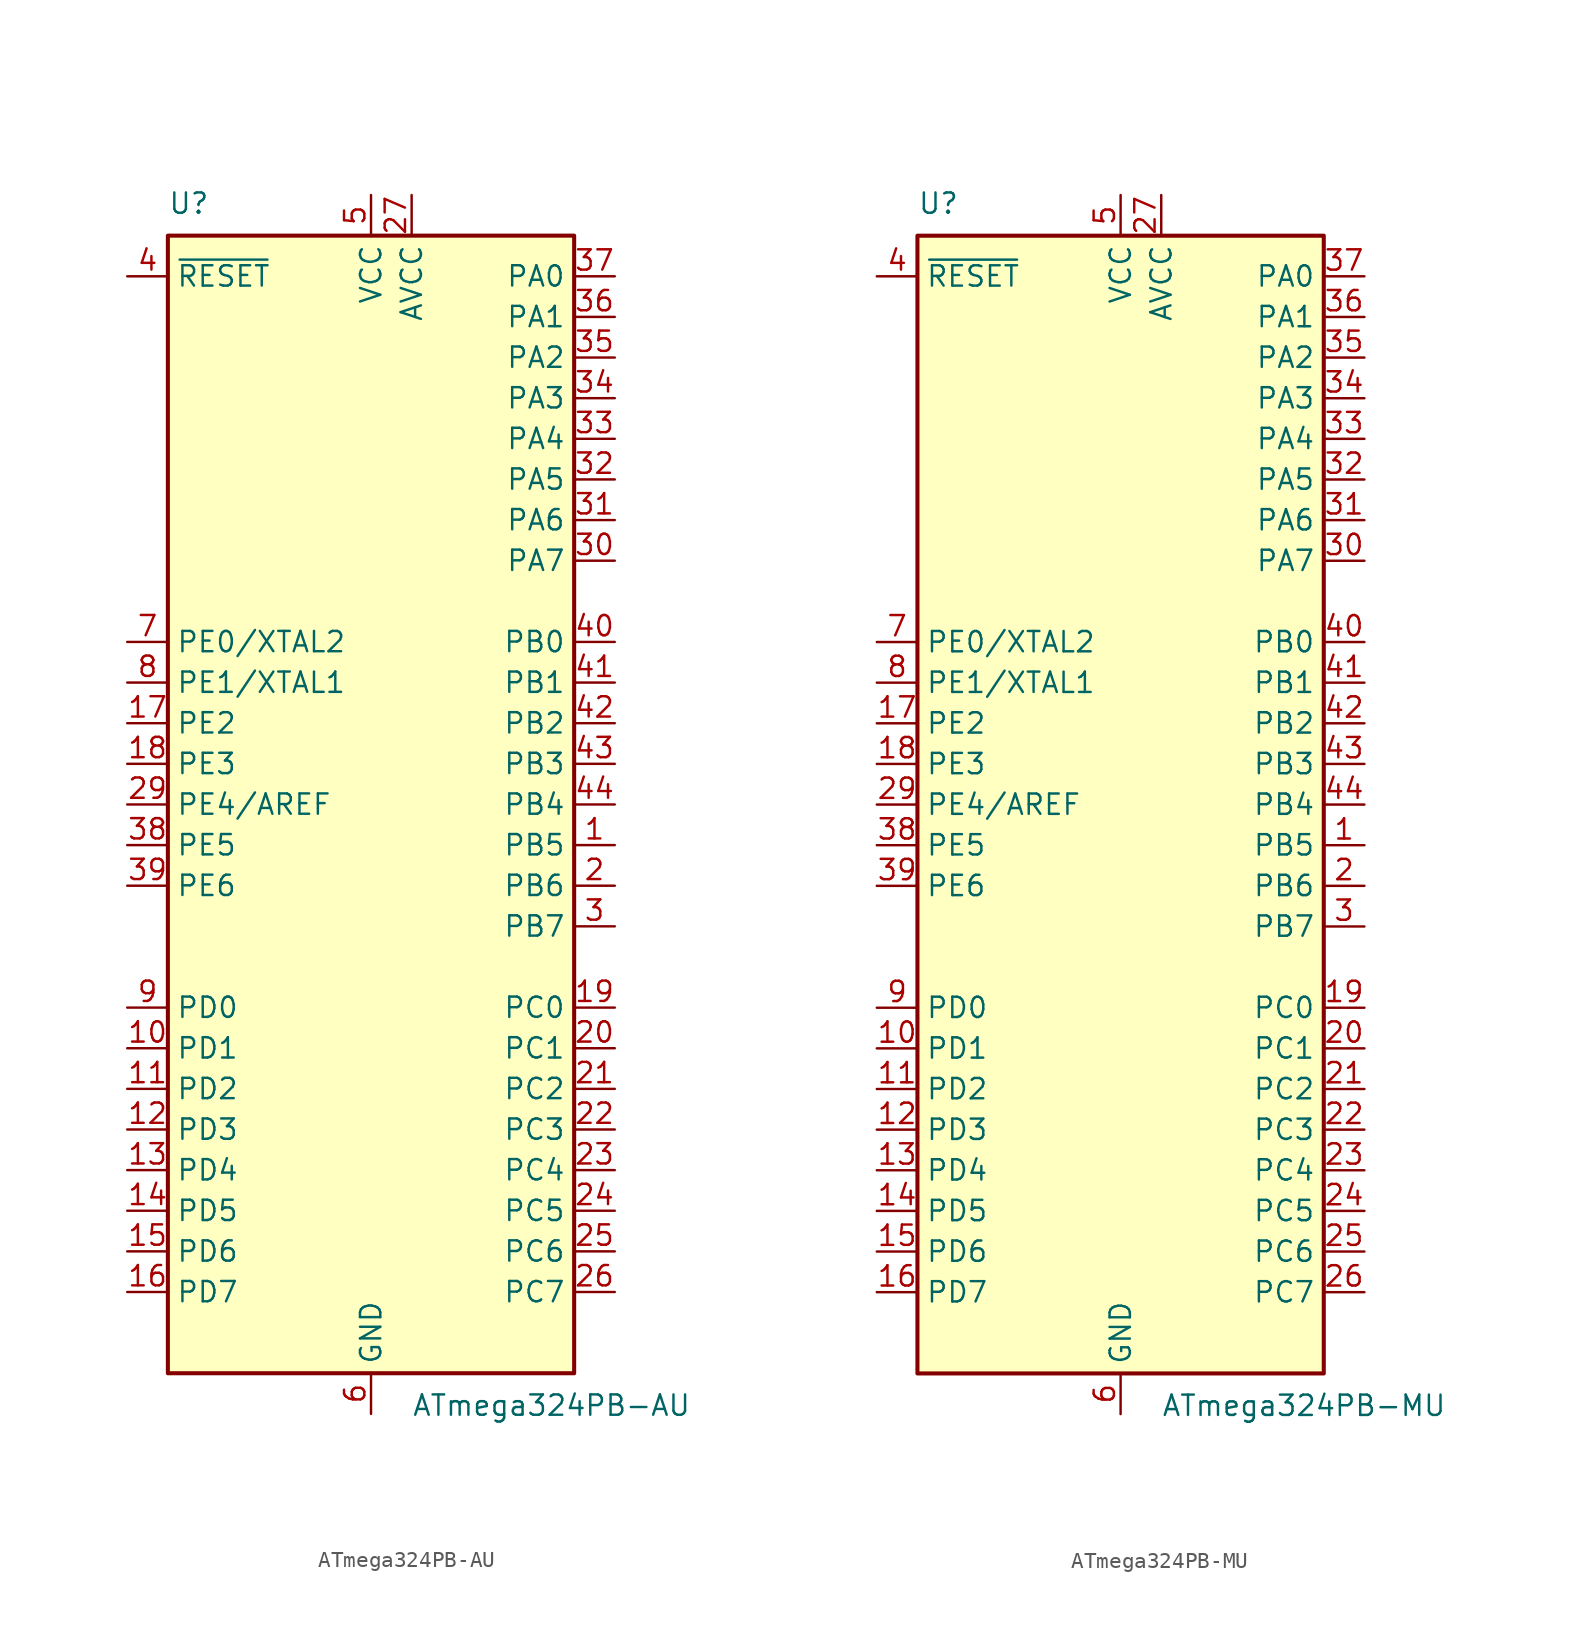
<source format=kicad_sym>
(kicad_symbol_lib
  (version 20211014)
  (generator kicad_symbol_editor)
  (symbol "ATmega324PB-AU"
    (property "Reference" "U"
      (at -12.7 36.83 0)
      (effects (font (size 1.27 1.27)) (justify left bottom)))
    (property "Value" "ATmega324PB-AU"
      (at 2.54 -36.83 0)
      (effects (font (size 1.27 1.27)) (justify left top)))
    (symbol "ATmega324PB-AU_0_1"
      (rectangle (start -12.7 -35.56) (end 12.7 35.56) (stroke (width 0.254) (type default) (color 0 0 0 0)) (fill (type background))))
    (symbol "ATmega324PB-AU_1_1"
      (pin bidirectional line (at 15.24 -2.54 180) (length 2.54) (name "PB5" (effects (font (size 1.27 1.27)))) (number "1" (effects (font (size 1.27 1.27)))))
      (pin bidirectional line (at -15.24 -15.24 0) (length 2.54) (name "PD1" (effects (font (size 1.27 1.27)))) (number "10" (effects (font (size 1.27 1.27)))))
      (pin bidirectional line (at -15.24 -17.78 0) (length 2.54) (name "PD2" (effects (font (size 1.27 1.27)))) (number "11" (effects (font (size 1.27 1.27)))))
      (pin bidirectional line (at -15.24 -20.32 0) (length 2.54) (name "PD3" (effects (font (size 1.27 1.27)))) (number "12" (effects (font (size 1.27 1.27)))))
      (pin bidirectional line (at -15.24 -22.86 0) (length 2.54) (name "PD4" (effects (font (size 1.27 1.27)))) (number "13" (effects (font (size 1.27 1.27)))))
      (pin bidirectional line (at -15.24 -25.4 0) (length 2.54) (name "PD5" (effects (font (size 1.27 1.27)))) (number "14" (effects (font (size 1.27 1.27)))))
      (pin bidirectional line (at -15.24 -27.94 0) (length 2.54) (name "PD6" (effects (font (size 1.27 1.27)))) (number "15" (effects (font (size 1.27 1.27)))))
      (pin bidirectional line (at -15.24 -30.48 0) (length 2.54) (name "PD7" (effects (font (size 1.27 1.27)))) (number "16" (effects (font (size 1.27 1.27)))))
      (pin bidirectional line (at -15.24 5.08 0) (length 2.54) (name "PE2" (effects (font (size 1.27 1.27)))) (number "17" (effects (font (size 1.27 1.27)))))
      (pin bidirectional line (at -15.24 2.54 0) (length 2.54) (name "PE3" (effects (font (size 1.27 1.27)))) (number "18" (effects (font (size 1.27 1.27)))))
      (pin bidirectional line (at 15.24 -12.7 180) (length 2.54) (name "PC0" (effects (font (size 1.27 1.27)))) (number "19" (effects (font (size 1.27 1.27)))))
      (pin bidirectional line (at 15.24 -5.08 180) (length 2.54) (name "PB6" (effects (font (size 1.27 1.27)))) (number "2" (effects (font (size 1.27 1.27)))))
      (pin bidirectional line (at 15.24 -15.24 180) (length 2.54) (name "PC1" (effects (font (size 1.27 1.27)))) (number "20" (effects (font (size 1.27 1.27)))))
      (pin bidirectional line (at 15.24 -17.78 180) (length 2.54) (name "PC2" (effects (font (size 1.27 1.27)))) (number "21" (effects (font (size 1.27 1.27)))))
      (pin bidirectional line (at 15.24 -20.32 180) (length 2.54) (name "PC3" (effects (font (size 1.27 1.27)))) (number "22" (effects (font (size 1.27 1.27)))))
      (pin bidirectional line (at 15.24 -22.86 180) (length 2.54) (name "PC4" (effects (font (size 1.27 1.27)))) (number "23" (effects (font (size 1.27 1.27)))))
      (pin bidirectional line (at 15.24 -25.4 180) (length 2.54) (name "PC5" (effects (font (size 1.27 1.27)))) (number "24" (effects (font (size 1.27 1.27)))))
      (pin bidirectional line (at 15.24 -27.94 180) (length 2.54) (name "PC6" (effects (font (size 1.27 1.27)))) (number "25" (effects (font (size 1.27 1.27)))))
      (pin bidirectional line (at 15.24 -30.48 180) (length 2.54) (name "PC7" (effects (font (size 1.27 1.27)))) (number "26" (effects (font (size 1.27 1.27)))))
      (pin power_in line (at 2.54 38.1 270) (length 2.54) (name "AVCC" (effects (font (size 1.27 1.27)))) (number "27" (effects (font (size 1.27 1.27)))))
      (pin passive line (at 0 -38.1 90) (length 2.54) hide (name "GND" (effects (font (size 1.27 1.27)))) (number "28" (effects (font (size 1.27 1.27)))))
      (pin bidirectional line (at -15.24 0 0) (length 2.54) (name "PE4/AREF" (effects (font (size 1.27 1.27)))) (number "29" (effects (font (size 1.27 1.27)))))
      (pin bidirectional line (at 15.24 -7.62 180) (length 2.54) (name "PB7" (effects (font (size 1.27 1.27)))) (number "3" (effects (font (size 1.27 1.27)))))
      (pin bidirectional line (at 15.24 15.24 180) (length 2.54) (name "PA7" (effects (font (size 1.27 1.27)))) (number "30" (effects (font (size 1.27 1.27)))))
      (pin bidirectional line (at 15.24 17.78 180) (length 2.54) (name "PA6" (effects (font (size 1.27 1.27)))) (number "31" (effects (font (size 1.27 1.27)))))
      (pin bidirectional line (at 15.24 20.32 180) (length 2.54) (name "PA5" (effects (font (size 1.27 1.27)))) (number "32" (effects (font (size 1.27 1.27)))))
      (pin bidirectional line (at 15.24 22.86 180) (length 2.54) (name "PA4" (effects (font (size 1.27 1.27)))) (number "33" (effects (font (size 1.27 1.27)))))
      (pin bidirectional line (at 15.24 25.4 180) (length 2.54) (name "PA3" (effects (font (size 1.27 1.27)))) (number "34" (effects (font (size 1.27 1.27)))))
      (pin bidirectional line (at 15.24 27.94 180) (length 2.54) (name "PA2" (effects (font (size 1.27 1.27)))) (number "35" (effects (font (size 1.27 1.27)))))
      (pin bidirectional line (at 15.24 30.48 180) (length 2.54) (name "PA1" (effects (font (size 1.27 1.27)))) (number "36" (effects (font (size 1.27 1.27)))))
      (pin bidirectional line (at 15.24 33.02 180) (length 2.54) (name "PA0" (effects (font (size 1.27 1.27)))) (number "37" (effects (font (size 1.27 1.27)))))
      (pin bidirectional line (at -15.24 -2.54 0) (length 2.54) (name "PE5" (effects (font (size 1.27 1.27)))) (number "38" (effects (font (size 1.27 1.27)))))
      (pin bidirectional line (at -15.24 -5.08 0) (length 2.54) (name "PE6" (effects (font (size 1.27 1.27)))) (number "39" (effects (font (size 1.27 1.27)))))
      (pin input line (at -15.24 33.02 0) (length 2.54) (name "~{RESET}" (effects (font (size 1.27 1.27)))) (number "4" (effects (font (size 1.27 1.27)))))
      (pin bidirectional line (at 15.24 10.16 180) (length 2.54) (name "PB0" (effects (font (size 1.27 1.27)))) (number "40" (effects (font (size 1.27 1.27)))))
      (pin bidirectional line (at 15.24 7.62 180) (length 2.54) (name "PB1" (effects (font (size 1.27 1.27)))) (number "41" (effects (font (size 1.27 1.27)))))
      (pin bidirectional line (at 15.24 5.08 180) (length 2.54) (name "PB2" (effects (font (size 1.27 1.27)))) (number "42" (effects (font (size 1.27 1.27)))))
      (pin bidirectional line (at 15.24 2.54 180) (length 2.54) (name "PB3" (effects (font (size 1.27 1.27)))) (number "43" (effects (font (size 1.27 1.27)))))
      (pin bidirectional line (at 15.24 0 180) (length 2.54) (name "PB4" (effects (font (size 1.27 1.27)))) (number "44" (effects (font (size 1.27 1.27)))))
      (pin power_in line (at 0 38.1 270) (length 2.54) (name "VCC" (effects (font (size 1.27 1.27)))) (number "5" (effects (font (size 1.27 1.27)))))
      (pin power_in line (at 0 -38.1 90) (length 2.54) (name "GND" (effects (font (size 1.27 1.27)))) (number "6" (effects (font (size 1.27 1.27)))))
      (pin bidirectional line (at -15.24 10.16 0) (length 2.54) (name "PE0/XTAL2" (effects (font (size 1.27 1.27)))) (number "7" (effects (font (size 1.27 1.27)))))
      (pin bidirectional line (at -15.24 7.62 0) (length 2.54) (name "PE1/XTAL1" (effects (font (size 1.27 1.27)))) (number "8" (effects (font (size 1.27 1.27)))))
      (pin bidirectional line (at -15.24 -12.7 0) (length 2.54) (name "PD0" (effects (font (size 1.27 1.27)))) (number "9" (effects (font (size 1.27 1.27)))))))
  (symbol "ATmega324PB-MU"
    (property "Reference" "U"
      (at -12.7 36.83 0)
      (effects (font (size 1.27 1.27)) (justify left bottom)))
    (property "Value" "ATmega324PB-MU"
      (at 2.54 -36.83 0)
      (effects (font (size 1.27 1.27)) (justify left top)))
    (symbol "ATmega324PB-MU_0_1"
      (rectangle (start -12.7 -35.56) (end 12.7 35.56) (stroke (width 0.254) (type default) (color 0 0 0 0)) (fill (type background))))
    (symbol "ATmega324PB-MU_1_1"
      (pin bidirectional line (at 15.24 -2.54 180) (length 2.54) (name "PB5" (effects (font (size 1.27 1.27)))) (number "1" (effects (font (size 1.27 1.27)))))
      (pin bidirectional line (at -15.24 -15.24 0) (length 2.54) (name "PD1" (effects (font (size 1.27 1.27)))) (number "10" (effects (font (size 1.27 1.27)))))
      (pin bidirectional line (at -15.24 -17.78 0) (length 2.54) (name "PD2" (effects (font (size 1.27 1.27)))) (number "11" (effects (font (size 1.27 1.27)))))
      (pin bidirectional line (at -15.24 -20.32 0) (length 2.54) (name "PD3" (effects (font (size 1.27 1.27)))) (number "12" (effects (font (size 1.27 1.27)))))
      (pin bidirectional line (at -15.24 -22.86 0) (length 2.54) (name "PD4" (effects (font (size 1.27 1.27)))) (number "13" (effects (font (size 1.27 1.27)))))
      (pin bidirectional line (at -15.24 -25.4 0) (length 2.54) (name "PD5" (effects (font (size 1.27 1.27)))) (number "14" (effects (font (size 1.27 1.27)))))
      (pin bidirectional line (at -15.24 -27.94 0) (length 2.54) (name "PD6" (effects (font (size 1.27 1.27)))) (number "15" (effects (font (size 1.27 1.27)))))
      (pin bidirectional line (at -15.24 -30.48 0) (length 2.54) (name "PD7" (effects (font (size 1.27 1.27)))) (number "16" (effects (font (size 1.27 1.27)))))
      (pin bidirectional line (at -15.24 5.08 0) (length 2.54) (name "PE2" (effects (font (size 1.27 1.27)))) (number "17" (effects (font (size 1.27 1.27)))))
      (pin bidirectional line (at -15.24 2.54 0) (length 2.54) (name "PE3" (effects (font (size 1.27 1.27)))) (number "18" (effects (font (size 1.27 1.27)))))
      (pin bidirectional line (at 15.24 -12.7 180) (length 2.54) (name "PC0" (effects (font (size 1.27 1.27)))) (number "19" (effects (font (size 1.27 1.27)))))
      (pin bidirectional line (at 15.24 -5.08 180) (length 2.54) (name "PB6" (effects (font (size 1.27 1.27)))) (number "2" (effects (font (size 1.27 1.27)))))
      (pin bidirectional line (at 15.24 -15.24 180) (length 2.54) (name "PC1" (effects (font (size 1.27 1.27)))) (number "20" (effects (font (size 1.27 1.27)))))
      (pin bidirectional line (at 15.24 -17.78 180) (length 2.54) (name "PC2" (effects (font (size 1.27 1.27)))) (number "21" (effects (font (size 1.27 1.27)))))
      (pin bidirectional line (at 15.24 -20.32 180) (length 2.54) (name "PC3" (effects (font (size 1.27 1.27)))) (number "22" (effects (font (size 1.27 1.27)))))
      (pin bidirectional line (at 15.24 -22.86 180) (length 2.54) (name "PC4" (effects (font (size 1.27 1.27)))) (number "23" (effects (font (size 1.27 1.27)))))
      (pin bidirectional line (at 15.24 -25.4 180) (length 2.54) (name "PC5" (effects (font (size 1.27 1.27)))) (number "24" (effects (font (size 1.27 1.27)))))
      (pin bidirectional line (at 15.24 -27.94 180) (length 2.54) (name "PC6" (effects (font (size 1.27 1.27)))) (number "25" (effects (font (size 1.27 1.27)))))
      (pin bidirectional line (at 15.24 -30.48 180) (length 2.54) (name "PC7" (effects (font (size 1.27 1.27)))) (number "26" (effects (font (size 1.27 1.27)))))
      (pin power_in line (at 2.54 38.1 270) (length 2.54) (name "AVCC" (effects (font (size 1.27 1.27)))) (number "27" (effects (font (size 1.27 1.27)))))
      (pin passive line (at 0 -38.1 90) (length 2.54) hide (name "GND" (effects (font (size 1.27 1.27)))) (number "28" (effects (font (size 1.27 1.27)))))
      (pin bidirectional line (at -15.24 0 0) (length 2.54) (name "PE4/AREF" (effects (font (size 1.27 1.27)))) (number "29" (effects (font (size 1.27 1.27)))))
      (pin bidirectional line (at 15.24 -7.62 180) (length 2.54) (name "PB7" (effects (font (size 1.27 1.27)))) (number "3" (effects (font (size 1.27 1.27)))))
      (pin bidirectional line (at 15.24 15.24 180) (length 2.54) (name "PA7" (effects (font (size 1.27 1.27)))) (number "30" (effects (font (size 1.27 1.27)))))
      (pin bidirectional line (at 15.24 17.78 180) (length 2.54) (name "PA6" (effects (font (size 1.27 1.27)))) (number "31" (effects (font (size 1.27 1.27)))))
      (pin bidirectional line (at 15.24 20.32 180) (length 2.54) (name "PA5" (effects (font (size 1.27 1.27)))) (number "32" (effects (font (size 1.27 1.27)))))
      (pin bidirectional line (at 15.24 22.86 180) (length 2.54) (name "PA4" (effects (font (size 1.27 1.27)))) (number "33" (effects (font (size 1.27 1.27)))))
      (pin bidirectional line (at 15.24 25.4 180) (length 2.54) (name "PA3" (effects (font (size 1.27 1.27)))) (number "34" (effects (font (size 1.27 1.27)))))
      (pin bidirectional line (at 15.24 27.94 180) (length 2.54) (name "PA2" (effects (font (size 1.27 1.27)))) (number "35" (effects (font (size 1.27 1.27)))))
      (pin bidirectional line (at 15.24 30.48 180) (length 2.54) (name "PA1" (effects (font (size 1.27 1.27)))) (number "36" (effects (font (size 1.27 1.27)))))
      (pin bidirectional line (at 15.24 33.02 180) (length 2.54) (name "PA0" (effects (font (size 1.27 1.27)))) (number "37" (effects (font (size 1.27 1.27)))))
      (pin bidirectional line (at -15.24 -2.54 0) (length 2.54) (name "PE5" (effects (font (size 1.27 1.27)))) (number "38" (effects (font (size 1.27 1.27)))))
      (pin bidirectional line (at -15.24 -5.08 0) (length 2.54) (name "PE6" (effects (font (size 1.27 1.27)))) (number "39" (effects (font (size 1.27 1.27)))))
      (pin input line (at -15.24 33.02 0) (length 2.54) (name "~{RESET}" (effects (font (size 1.27 1.27)))) (number "4" (effects (font (size 1.27 1.27)))))
      (pin bidirectional line (at 15.24 10.16 180) (length 2.54) (name "PB0" (effects (font (size 1.27 1.27)))) (number "40" (effects (font (size 1.27 1.27)))))
      (pin bidirectional line (at 15.24 7.62 180) (length 2.54) (name "PB1" (effects (font (size 1.27 1.27)))) (number "41" (effects (font (size 1.27 1.27)))))
      (pin bidirectional line (at 15.24 5.08 180) (length 2.54) (name "PB2" (effects (font (size 1.27 1.27)))) (number "42" (effects (font (size 1.27 1.27)))))
      (pin bidirectional line (at 15.24 2.54 180) (length 2.54) (name "PB3" (effects (font (size 1.27 1.27)))) (number "43" (effects (font (size 1.27 1.27)))))
      (pin bidirectional line (at 15.24 0 180) (length 2.54) (name "PB4" (effects (font (size 1.27 1.27)))) (number "44" (effects (font (size 1.27 1.27)))))
      (pin passive line (at 0 -38.1 90) (length 2.54) hide (name "GND" (effects (font (size 1.27 1.27)))) (number "45" (effects (font (size 1.27 1.27)))))
      (pin power_in line (at 0 38.1 270) (length 2.54) (name "VCC" (effects (font (size 1.27 1.27)))) (number "5" (effects (font (size 1.27 1.27)))))
      (pin power_in line (at 0 -38.1 90) (length 2.54) (name "GND" (effects (font (size 1.27 1.27)))) (number "6" (effects (font (size 1.27 1.27)))))
      (pin bidirectional line (at -15.24 10.16 0) (length 2.54) (name "PE0/XTAL2" (effects (font (size 1.27 1.27)))) (number "7" (effects (font (size 1.27 1.27)))))
      (pin bidirectional line (at -15.24 7.62 0) (length 2.54) (name "PE1/XTAL1" (effects (font (size 1.27 1.27)))) (number "8" (effects (font (size 1.27 1.27)))))
      (pin bidirectional line (at -15.24 -12.7 0) (length 2.54) (name "PD0" (effects (font (size 1.27 1.27)))) (number "9" (effects (font (size 1.27 1.27))))))))
</source>
